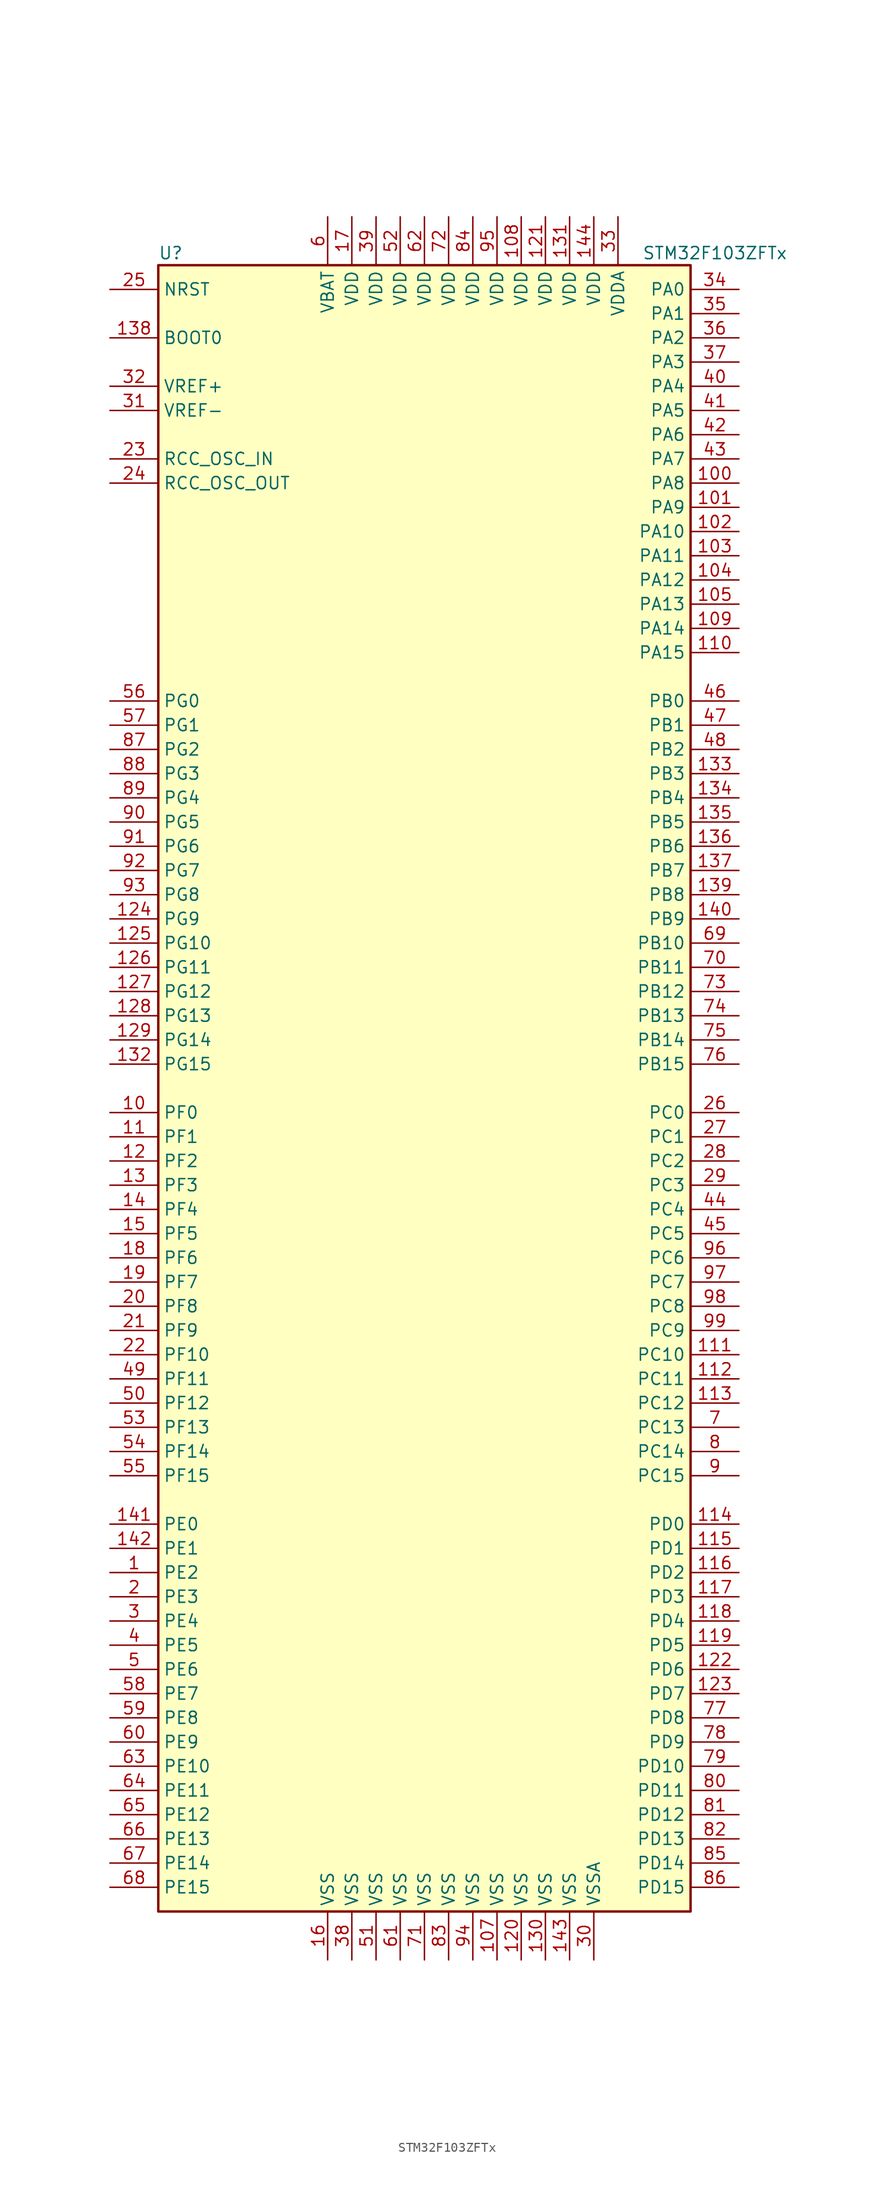
<source format=kicad_sym>
(kicad_symbol_lib
  (version 20200908)
  (generator kicad_symbol_editor)
  (symbol "MCU_ST_STM32F1:STM32F103ZFTx"
    (property "Reference" "U"
      (at -27.94 87.63 0)
      (effects (font (size 1.27 1.27)) (justify left)))
    (property "Value" "STM32F103ZFTx"
      (at 22.86 87.63 0)
      (effects (font (size 1.27 1.27)) (justify left)))
    (symbol "STM32F103ZFTx_0_1"
      (rectangle (start -27.94 -86.36) (end 27.94 86.36) (stroke (width 0.254)) (fill (type background))))
    (symbol "STM32F103ZFTx_1_1"
      (pin input line (at -33.02 78.74 0) (length 5.08) (name "BOOT0" (effects (font (size 1.27 1.27)))) (number "138" (effects (font (size 1.27 1.27)))))
      (pin unconnected line (at -27.94 -83.82 0) (length 5.08) hide (name "NC" (effects (font (size 1.27 1.27)))) (number "106" (effects (font (size 1.27 1.27)))))
      (pin input line (at -33.02 83.82 0) (length 5.08) (name "NRST" (effects (font (size 1.27 1.27)))) (number "25" (effects (font (size 1.27 1.27)))))
      (pin bidirectional line (at 33.02 83.82 180) (length 5.08) (name "PA0" (effects (font (size 1.27 1.27)))) (number "34" (effects (font (size 1.27 1.27)))))
      (pin bidirectional line (at 33.02 81.28 180) (length 5.08) (name "PA1" (effects (font (size 1.27 1.27)))) (number "35" (effects (font (size 1.27 1.27)))))
      (pin bidirectional line (at 33.02 58.42 180) (length 5.08) (name "PA10" (effects (font (size 1.27 1.27)))) (number "102" (effects (font (size 1.27 1.27)))))
      (pin bidirectional line (at 33.02 55.88 180) (length 5.08) (name "PA11" (effects (font (size 1.27 1.27)))) (number "103" (effects (font (size 1.27 1.27)))))
      (pin bidirectional line (at 33.02 53.34 180) (length 5.08) (name "PA12" (effects (font (size 1.27 1.27)))) (number "104" (effects (font (size 1.27 1.27)))))
      (pin bidirectional line (at 33.02 50.8 180) (length 5.08) (name "PA13" (effects (font (size 1.27 1.27)))) (number "105" (effects (font (size 1.27 1.27)))))
      (pin bidirectional line (at 33.02 48.26 180) (length 5.08) (name "PA14" (effects (font (size 1.27 1.27)))) (number "109" (effects (font (size 1.27 1.27)))))
      (pin bidirectional line (at 33.02 45.72 180) (length 5.08) (name "PA15" (effects (font (size 1.27 1.27)))) (number "110" (effects (font (size 1.27 1.27)))))
      (pin bidirectional line (at 33.02 78.74 180) (length 5.08) (name "PA2" (effects (font (size 1.27 1.27)))) (number "36" (effects (font (size 1.27 1.27)))))
      (pin bidirectional line (at 33.02 76.2 180) (length 5.08) (name "PA3" (effects (font (size 1.27 1.27)))) (number "37" (effects (font (size 1.27 1.27)))))
      (pin bidirectional line (at 33.02 73.66 180) (length 5.08) (name "PA4" (effects (font (size 1.27 1.27)))) (number "40" (effects (font (size 1.27 1.27)))))
      (pin bidirectional line (at 33.02 71.12 180) (length 5.08) (name "PA5" (effects (font (size 1.27 1.27)))) (number "41" (effects (font (size 1.27 1.27)))))
      (pin bidirectional line (at 33.02 68.58 180) (length 5.08) (name "PA6" (effects (font (size 1.27 1.27)))) (number "42" (effects (font (size 1.27 1.27)))))
      (pin bidirectional line (at 33.02 66.04 180) (length 5.08) (name "PA7" (effects (font (size 1.27 1.27)))) (number "43" (effects (font (size 1.27 1.27)))))
      (pin bidirectional line (at 33.02 63.5 180) (length 5.08) (name "PA8" (effects (font (size 1.27 1.27)))) (number "100" (effects (font (size 1.27 1.27)))))
      (pin bidirectional line (at 33.02 60.96 180) (length 5.08) (name "PA9" (effects (font (size 1.27 1.27)))) (number "101" (effects (font (size 1.27 1.27)))))
      (pin bidirectional line (at 33.02 40.64 180) (length 5.08) (name "PB0" (effects (font (size 1.27 1.27)))) (number "46" (effects (font (size 1.27 1.27)))))
      (pin bidirectional line (at 33.02 38.1 180) (length 5.08) (name "PB1" (effects (font (size 1.27 1.27)))) (number "47" (effects (font (size 1.27 1.27)))))
      (pin bidirectional line (at 33.02 15.24 180) (length 5.08) (name "PB10" (effects (font (size 1.27 1.27)))) (number "69" (effects (font (size 1.27 1.27)))))
      (pin bidirectional line (at 33.02 12.7 180) (length 5.08) (name "PB11" (effects (font (size 1.27 1.27)))) (number "70" (effects (font (size 1.27 1.27)))))
      (pin bidirectional line (at 33.02 10.16 180) (length 5.08) (name "PB12" (effects (font (size 1.27 1.27)))) (number "73" (effects (font (size 1.27 1.27)))))
      (pin bidirectional line (at 33.02 7.62 180) (length 5.08) (name "PB13" (effects (font (size 1.27 1.27)))) (number "74" (effects (font (size 1.27 1.27)))))
      (pin bidirectional line (at 33.02 5.08 180) (length 5.08) (name "PB14" (effects (font (size 1.27 1.27)))) (number "75" (effects (font (size 1.27 1.27)))))
      (pin bidirectional line (at 33.02 2.54 180) (length 5.08) (name "PB15" (effects (font (size 1.27 1.27)))) (number "76" (effects (font (size 1.27 1.27)))))
      (pin bidirectional line (at 33.02 35.56 180) (length 5.08) (name "PB2" (effects (font (size 1.27 1.27)))) (number "48" (effects (font (size 1.27 1.27)))))
      (pin bidirectional line (at 33.02 33.02 180) (length 5.08) (name "PB3" (effects (font (size 1.27 1.27)))) (number "133" (effects (font (size 1.27 1.27)))))
      (pin bidirectional line (at 33.02 30.48 180) (length 5.08) (name "PB4" (effects (font (size 1.27 1.27)))) (number "134" (effects (font (size 1.27 1.27)))))
      (pin bidirectional line (at 33.02 27.94 180) (length 5.08) (name "PB5" (effects (font (size 1.27 1.27)))) (number "135" (effects (font (size 1.27 1.27)))))
      (pin bidirectional line (at 33.02 25.4 180) (length 5.08) (name "PB6" (effects (font (size 1.27 1.27)))) (number "136" (effects (font (size 1.27 1.27)))))
      (pin bidirectional line (at 33.02 22.86 180) (length 5.08) (name "PB7" (effects (font (size 1.27 1.27)))) (number "137" (effects (font (size 1.27 1.27)))))
      (pin bidirectional line (at 33.02 20.32 180) (length 5.08) (name "PB8" (effects (font (size 1.27 1.27)))) (number "139" (effects (font (size 1.27 1.27)))))
      (pin bidirectional line (at 33.02 17.78 180) (length 5.08) (name "PB9" (effects (font (size 1.27 1.27)))) (number "140" (effects (font (size 1.27 1.27)))))
      (pin bidirectional line (at 33.02 -2.54 180) (length 5.08) (name "PC0" (effects (font (size 1.27 1.27)))) (number "26" (effects (font (size 1.27 1.27)))))
      (pin bidirectional line (at 33.02 -5.08 180) (length 5.08) (name "PC1" (effects (font (size 1.27 1.27)))) (number "27" (effects (font (size 1.27 1.27)))))
      (pin bidirectional line (at 33.02 -27.94 180) (length 5.08) (name "PC10" (effects (font (size 1.27 1.27)))) (number "111" (effects (font (size 1.27 1.27)))))
      (pin bidirectional line (at 33.02 -30.48 180) (length 5.08) (name "PC11" (effects (font (size 1.27 1.27)))) (number "112" (effects (font (size 1.27 1.27)))))
      (pin bidirectional line (at 33.02 -33.02 180) (length 5.08) (name "PC12" (effects (font (size 1.27 1.27)))) (number "113" (effects (font (size 1.27 1.27)))))
      (pin bidirectional line (at 33.02 -35.56 180) (length 5.08) (name "PC13" (effects (font (size 1.27 1.27)))) (number "7" (effects (font (size 1.27 1.27)))))
      (pin bidirectional line (at 33.02 -38.1 180) (length 5.08) (name "PC14" (effects (font (size 1.27 1.27)))) (number "8" (effects (font (size 1.27 1.27)))))
      (pin bidirectional line (at 33.02 -40.64 180) (length 5.08) (name "PC15" (effects (font (size 1.27 1.27)))) (number "9" (effects (font (size 1.27 1.27)))))
      (pin bidirectional line (at 33.02 -7.62 180) (length 5.08) (name "PC2" (effects (font (size 1.27 1.27)))) (number "28" (effects (font (size 1.27 1.27)))))
      (pin bidirectional line (at 33.02 -10.16 180) (length 5.08) (name "PC3" (effects (font (size 1.27 1.27)))) (number "29" (effects (font (size 1.27 1.27)))))
      (pin bidirectional line (at 33.02 -12.7 180) (length 5.08) (name "PC4" (effects (font (size 1.27 1.27)))) (number "44" (effects (font (size 1.27 1.27)))))
      (pin bidirectional line (at 33.02 -15.24 180) (length 5.08) (name "PC5" (effects (font (size 1.27 1.27)))) (number "45" (effects (font (size 1.27 1.27)))))
      (pin bidirectional line (at 33.02 -17.78 180) (length 5.08) (name "PC6" (effects (font (size 1.27 1.27)))) (number "96" (effects (font (size 1.27 1.27)))))
      (pin bidirectional line (at 33.02 -20.32 180) (length 5.08) (name "PC7" (effects (font (size 1.27 1.27)))) (number "97" (effects (font (size 1.27 1.27)))))
      (pin bidirectional line (at 33.02 -22.86 180) (length 5.08) (name "PC8" (effects (font (size 1.27 1.27)))) (number "98" (effects (font (size 1.27 1.27)))))
      (pin bidirectional line (at 33.02 -25.4 180) (length 5.08) (name "PC9" (effects (font (size 1.27 1.27)))) (number "99" (effects (font (size 1.27 1.27)))))
      (pin bidirectional line (at 33.02 -45.72 180) (length 5.08) (name "PD0" (effects (font (size 1.27 1.27)))) (number "114" (effects (font (size 1.27 1.27)))))
      (pin bidirectional line (at 33.02 -48.26 180) (length 5.08) (name "PD1" (effects (font (size 1.27 1.27)))) (number "115" (effects (font (size 1.27 1.27)))))
      (pin bidirectional line (at 33.02 -71.12 180) (length 5.08) (name "PD10" (effects (font (size 1.27 1.27)))) (number "79" (effects (font (size 1.27 1.27)))))
      (pin bidirectional line (at 33.02 -73.66 180) (length 5.08) (name "PD11" (effects (font (size 1.27 1.27)))) (number "80" (effects (font (size 1.27 1.27)))))
      (pin bidirectional line (at 33.02 -76.2 180) (length 5.08) (name "PD12" (effects (font (size 1.27 1.27)))) (number "81" (effects (font (size 1.27 1.27)))))
      (pin bidirectional line (at 33.02 -78.74 180) (length 5.08) (name "PD13" (effects (font (size 1.27 1.27)))) (number "82" (effects (font (size 1.27 1.27)))))
      (pin bidirectional line (at 33.02 -81.28 180) (length 5.08) (name "PD14" (effects (font (size 1.27 1.27)))) (number "85" (effects (font (size 1.27 1.27)))))
      (pin bidirectional line (at 33.02 -83.82 180) (length 5.08) (name "PD15" (effects (font (size 1.27 1.27)))) (number "86" (effects (font (size 1.27 1.27)))))
      (pin bidirectional line (at 33.02 -50.8 180) (length 5.08) (name "PD2" (effects (font (size 1.27 1.27)))) (number "116" (effects (font (size 1.27 1.27)))))
      (pin bidirectional line (at 33.02 -53.34 180) (length 5.08) (name "PD3" (effects (font (size 1.27 1.27)))) (number "117" (effects (font (size 1.27 1.27)))))
      (pin bidirectional line (at 33.02 -55.88 180) (length 5.08) (name "PD4" (effects (font (size 1.27 1.27)))) (number "118" (effects (font (size 1.27 1.27)))))
      (pin bidirectional line (at 33.02 -58.42 180) (length 5.08) (name "PD5" (effects (font (size 1.27 1.27)))) (number "119" (effects (font (size 1.27 1.27)))))
      (pin bidirectional line (at 33.02 -60.96 180) (length 5.08) (name "PD6" (effects (font (size 1.27 1.27)))) (number "122" (effects (font (size 1.27 1.27)))))
      (pin bidirectional line (at 33.02 -63.5 180) (length 5.08) (name "PD7" (effects (font (size 1.27 1.27)))) (number "123" (effects (font (size 1.27 1.27)))))
      (pin bidirectional line (at 33.02 -66.04 180) (length 5.08) (name "PD8" (effects (font (size 1.27 1.27)))) (number "77" (effects (font (size 1.27 1.27)))))
      (pin bidirectional line (at 33.02 -68.58 180) (length 5.08) (name "PD9" (effects (font (size 1.27 1.27)))) (number "78" (effects (font (size 1.27 1.27)))))
      (pin bidirectional line (at -33.02 -45.72 0) (length 5.08) (name "PE0" (effects (font (size 1.27 1.27)))) (number "141" (effects (font (size 1.27 1.27)))))
      (pin bidirectional line (at -33.02 -48.26 0) (length 5.08) (name "PE1" (effects (font (size 1.27 1.27)))) (number "142" (effects (font (size 1.27 1.27)))))
      (pin bidirectional line (at -33.02 -71.12 0) (length 5.08) (name "PE10" (effects (font (size 1.27 1.27)))) (number "63" (effects (font (size 1.27 1.27)))))
      (pin bidirectional line (at -33.02 -73.66 0) (length 5.08) (name "PE11" (effects (font (size 1.27 1.27)))) (number "64" (effects (font (size 1.27 1.27)))))
      (pin bidirectional line (at -33.02 -76.2 0) (length 5.08) (name "PE12" (effects (font (size 1.27 1.27)))) (number "65" (effects (font (size 1.27 1.27)))))
      (pin bidirectional line (at -33.02 -78.74 0) (length 5.08) (name "PE13" (effects (font (size 1.27 1.27)))) (number "66" (effects (font (size 1.27 1.27)))))
      (pin bidirectional line (at -33.02 -81.28 0) (length 5.08) (name "PE14" (effects (font (size 1.27 1.27)))) (number "67" (effects (font (size 1.27 1.27)))))
      (pin bidirectional line (at -33.02 -83.82 0) (length 5.08) (name "PE15" (effects (font (size 1.27 1.27)))) (number "68" (effects (font (size 1.27 1.27)))))
      (pin bidirectional line (at -33.02 -50.8 0) (length 5.08) (name "PE2" (effects (font (size 1.27 1.27)))) (number "1" (effects (font (size 1.27 1.27)))))
      (pin bidirectional line (at -33.02 -53.34 0) (length 5.08) (name "PE3" (effects (font (size 1.27 1.27)))) (number "2" (effects (font (size 1.27 1.27)))))
      (pin bidirectional line (at -33.02 -55.88 0) (length 5.08) (name "PE4" (effects (font (size 1.27 1.27)))) (number "3" (effects (font (size 1.27 1.27)))))
      (pin bidirectional line (at -33.02 -58.42 0) (length 5.08) (name "PE5" (effects (font (size 1.27 1.27)))) (number "4" (effects (font (size 1.27 1.27)))))
      (pin bidirectional line (at -33.02 -60.96 0) (length 5.08) (name "PE6" (effects (font (size 1.27 1.27)))) (number "5" (effects (font (size 1.27 1.27)))))
      (pin bidirectional line (at -33.02 -63.5 0) (length 5.08) (name "PE7" (effects (font (size 1.27 1.27)))) (number "58" (effects (font (size 1.27 1.27)))))
      (pin bidirectional line (at -33.02 -66.04 0) (length 5.08) (name "PE8" (effects (font (size 1.27 1.27)))) (number "59" (effects (font (size 1.27 1.27)))))
      (pin bidirectional line (at -33.02 -68.58 0) (length 5.08) (name "PE9" (effects (font (size 1.27 1.27)))) (number "60" (effects (font (size 1.27 1.27)))))
      (pin bidirectional line (at -33.02 -2.54 0) (length 5.08) (name "PF0" (effects (font (size 1.27 1.27)))) (number "10" (effects (font (size 1.27 1.27)))))
      (pin bidirectional line (at -33.02 -5.08 0) (length 5.08) (name "PF1" (effects (font (size 1.27 1.27)))) (number "11" (effects (font (size 1.27 1.27)))))
      (pin bidirectional line (at -33.02 -27.94 0) (length 5.08) (name "PF10" (effects (font (size 1.27 1.27)))) (number "22" (effects (font (size 1.27 1.27)))))
      (pin bidirectional line (at -33.02 -30.48 0) (length 5.08) (name "PF11" (effects (font (size 1.27 1.27)))) (number "49" (effects (font (size 1.27 1.27)))))
      (pin bidirectional line (at -33.02 -33.02 0) (length 5.08) (name "PF12" (effects (font (size 1.27 1.27)))) (number "50" (effects (font (size 1.27 1.27)))))
      (pin bidirectional line (at -33.02 -35.56 0) (length 5.08) (name "PF13" (effects (font (size 1.27 1.27)))) (number "53" (effects (font (size 1.27 1.27)))))
      (pin bidirectional line (at -33.02 -38.1 0) (length 5.08) (name "PF14" (effects (font (size 1.27 1.27)))) (number "54" (effects (font (size 1.27 1.27)))))
      (pin bidirectional line (at -33.02 -40.64 0) (length 5.08) (name "PF15" (effects (font (size 1.27 1.27)))) (number "55" (effects (font (size 1.27 1.27)))))
      (pin bidirectional line (at -33.02 -7.62 0) (length 5.08) (name "PF2" (effects (font (size 1.27 1.27)))) (number "12" (effects (font (size 1.27 1.27)))))
      (pin bidirectional line (at -33.02 -10.16 0) (length 5.08) (name "PF3" (effects (font (size 1.27 1.27)))) (number "13" (effects (font (size 1.27 1.27)))))
      (pin bidirectional line (at -33.02 -12.7 0) (length 5.08) (name "PF4" (effects (font (size 1.27 1.27)))) (number "14" (effects (font (size 1.27 1.27)))))
      (pin bidirectional line (at -33.02 -15.24 0) (length 5.08) (name "PF5" (effects (font (size 1.27 1.27)))) (number "15" (effects (font (size 1.27 1.27)))))
      (pin bidirectional line (at -33.02 -17.78 0) (length 5.08) (name "PF6" (effects (font (size 1.27 1.27)))) (number "18" (effects (font (size 1.27 1.27)))))
      (pin bidirectional line (at -33.02 -20.32 0) (length 5.08) (name "PF7" (effects (font (size 1.27 1.27)))) (number "19" (effects (font (size 1.27 1.27)))))
      (pin bidirectional line (at -33.02 -22.86 0) (length 5.08) (name "PF8" (effects (font (size 1.27 1.27)))) (number "20" (effects (font (size 1.27 1.27)))))
      (pin bidirectional line (at -33.02 -25.4 0) (length 5.08) (name "PF9" (effects (font (size 1.27 1.27)))) (number "21" (effects (font (size 1.27 1.27)))))
      (pin bidirectional line (at -33.02 40.64 0) (length 5.08) (name "PG0" (effects (font (size 1.27 1.27)))) (number "56" (effects (font (size 1.27 1.27)))))
      (pin bidirectional line (at -33.02 38.1 0) (length 5.08) (name "PG1" (effects (font (size 1.27 1.27)))) (number "57" (effects (font (size 1.27 1.27)))))
      (pin bidirectional line (at -33.02 15.24 0) (length 5.08) (name "PG10" (effects (font (size 1.27 1.27)))) (number "125" (effects (font (size 1.27 1.27)))))
      (pin bidirectional line (at -33.02 12.7 0) (length 5.08) (name "PG11" (effects (font (size 1.27 1.27)))) (number "126" (effects (font (size 1.27 1.27)))))
      (pin bidirectional line (at -33.02 10.16 0) (length 5.08) (name "PG12" (effects (font (size 1.27 1.27)))) (number "127" (effects (font (size 1.27 1.27)))))
      (pin bidirectional line (at -33.02 7.62 0) (length 5.08) (name "PG13" (effects (font (size 1.27 1.27)))) (number "128" (effects (font (size 1.27 1.27)))))
      (pin bidirectional line (at -33.02 5.08 0) (length 5.08) (name "PG14" (effects (font (size 1.27 1.27)))) (number "129" (effects (font (size 1.27 1.27)))))
      (pin bidirectional line (at -33.02 2.54 0) (length 5.08) (name "PG15" (effects (font (size 1.27 1.27)))) (number "132" (effects (font (size 1.27 1.27)))))
      (pin bidirectional line (at -33.02 35.56 0) (length 5.08) (name "PG2" (effects (font (size 1.27 1.27)))) (number "87" (effects (font (size 1.27 1.27)))))
      (pin bidirectional line (at -33.02 33.02 0) (length 5.08) (name "PG3" (effects (font (size 1.27 1.27)))) (number "88" (effects (font (size 1.27 1.27)))))
      (pin bidirectional line (at -33.02 30.48 0) (length 5.08) (name "PG4" (effects (font (size 1.27 1.27)))) (number "89" (effects (font (size 1.27 1.27)))))
      (pin bidirectional line (at -33.02 27.94 0) (length 5.08) (name "PG5" (effects (font (size 1.27 1.27)))) (number "90" (effects (font (size 1.27 1.27)))))
      (pin bidirectional line (at -33.02 25.4 0) (length 5.08) (name "PG6" (effects (font (size 1.27 1.27)))) (number "91" (effects (font (size 1.27 1.27)))))
      (pin bidirectional line (at -33.02 22.86 0) (length 5.08) (name "PG7" (effects (font (size 1.27 1.27)))) (number "92" (effects (font (size 1.27 1.27)))))
      (pin bidirectional line (at -33.02 20.32 0) (length 5.08) (name "PG8" (effects (font (size 1.27 1.27)))) (number "93" (effects (font (size 1.27 1.27)))))
      (pin bidirectional line (at -33.02 17.78 0) (length 5.08) (name "PG9" (effects (font (size 1.27 1.27)))) (number "124" (effects (font (size 1.27 1.27)))))
      (pin input line (at -33.02 66.04 0) (length 5.08) (name "RCC_OSC_IN" (effects (font (size 1.27 1.27)))) (number "23" (effects (font (size 1.27 1.27)))))
      (pin input line (at -33.02 63.5 0) (length 5.08) (name "RCC_OSC_OUT" (effects (font (size 1.27 1.27)))) (number "24" (effects (font (size 1.27 1.27)))))
      (pin power_in line (at -10.16 91.44 270) (length 5.08) (name "VBAT" (effects (font (size 1.27 1.27)))) (number "6" (effects (font (size 1.27 1.27)))))
      (pin power_in line (at 10.16 91.44 270) (length 5.08) (name "VDD" (effects (font (size 1.27 1.27)))) (number "108" (effects (font (size 1.27 1.27)))))
      (pin power_in line (at 12.7 91.44 270) (length 5.08) (name "VDD" (effects (font (size 1.27 1.27)))) (number "121" (effects (font (size 1.27 1.27)))))
      (pin power_in line (at 15.24 91.44 270) (length 5.08) (name "VDD" (effects (font (size 1.27 1.27)))) (number "131" (effects (font (size 1.27 1.27)))))
      (pin power_in line (at 17.78 91.44 270) (length 5.08) (name "VDD" (effects (font (size 1.27 1.27)))) (number "144" (effects (font (size 1.27 1.27)))))
      (pin power_in line (at -7.62 91.44 270) (length 5.08) (name "VDD" (effects (font (size 1.27 1.27)))) (number "17" (effects (font (size 1.27 1.27)))))
      (pin power_in line (at -5.08 91.44 270) (length 5.08) (name "VDD" (effects (font (size 1.27 1.27)))) (number "39" (effects (font (size 1.27 1.27)))))
      (pin power_in line (at -2.54 91.44 270) (length 5.08) (name "VDD" (effects (font (size 1.27 1.27)))) (number "52" (effects (font (size 1.27 1.27)))))
      (pin power_in line (at 0 91.44 270) (length 5.08) (name "VDD" (effects (font (size 1.27 1.27)))) (number "62" (effects (font (size 1.27 1.27)))))
      (pin power_in line (at 2.54 91.44 270) (length 5.08) (name "VDD" (effects (font (size 1.27 1.27)))) (number "72" (effects (font (size 1.27 1.27)))))
      (pin power_in line (at 5.08 91.44 270) (length 5.08) (name "VDD" (effects (font (size 1.27 1.27)))) (number "84" (effects (font (size 1.27 1.27)))))
      (pin power_in line (at 7.62 91.44 270) (length 5.08) (name "VDD" (effects (font (size 1.27 1.27)))) (number "95" (effects (font (size 1.27 1.27)))))
      (pin power_in line (at 20.32 91.44 270) (length 5.08) (name "VDDA" (effects (font (size 1.27 1.27)))) (number "33" (effects (font (size 1.27 1.27)))))
      (pin power_in line (at -33.02 73.66 0) (length 5.08) (name "VREF+" (effects (font (size 1.27 1.27)))) (number "32" (effects (font (size 1.27 1.27)))))
      (pin power_in line (at -33.02 71.12 0) (length 5.08) (name "VREF-" (effects (font (size 1.27 1.27)))) (number "31" (effects (font (size 1.27 1.27)))))
      (pin power_in line (at 7.62 -91.44 90) (length 5.08) (name "VSS" (effects (font (size 1.27 1.27)))) (number "107" (effects (font (size 1.27 1.27)))))
      (pin power_in line (at 10.16 -91.44 90) (length 5.08) (name "VSS" (effects (font (size 1.27 1.27)))) (number "120" (effects (font (size 1.27 1.27)))))
      (pin power_in line (at 12.7 -91.44 90) (length 5.08) (name "VSS" (effects (font (size 1.27 1.27)))) (number "130" (effects (font (size 1.27 1.27)))))
      (pin power_in line (at 15.24 -91.44 90) (length 5.08) (name "VSS" (effects (font (size 1.27 1.27)))) (number "143" (effects (font (size 1.27 1.27)))))
      (pin power_in line (at -10.16 -91.44 90) (length 5.08) (name "VSS" (effects (font (size 1.27 1.27)))) (number "16" (effects (font (size 1.27 1.27)))))
      (pin power_in line (at -7.62 -91.44 90) (length 5.08) (name "VSS" (effects (font (size 1.27 1.27)))) (number "38" (effects (font (size 1.27 1.27)))))
      (pin power_in line (at -5.08 -91.44 90) (length 5.08) (name "VSS" (effects (font (size 1.27 1.27)))) (number "51" (effects (font (size 1.27 1.27)))))
      (pin power_in line (at -2.54 -91.44 90) (length 5.08) (name "VSS" (effects (font (size 1.27 1.27)))) (number "61" (effects (font (size 1.27 1.27)))))
      (pin power_in line (at 0 -91.44 90) (length 5.08) (name "VSS" (effects (font (size 1.27 1.27)))) (number "71" (effects (font (size 1.27 1.27)))))
      (pin power_in line (at 2.54 -91.44 90) (length 5.08) (name "VSS" (effects (font (size 1.27 1.27)))) (number "83" (effects (font (size 1.27 1.27)))))
      (pin power_in line (at 5.08 -91.44 90) (length 5.08) (name "VSS" (effects (font (size 1.27 1.27)))) (number "94" (effects (font (size 1.27 1.27)))))
      (pin power_in line (at 17.78 -91.44 90) (length 5.08) (name "VSSA" (effects (font (size 1.27 1.27)))) (number "30" (effects (font (size 1.27 1.27))))))))
</source>
